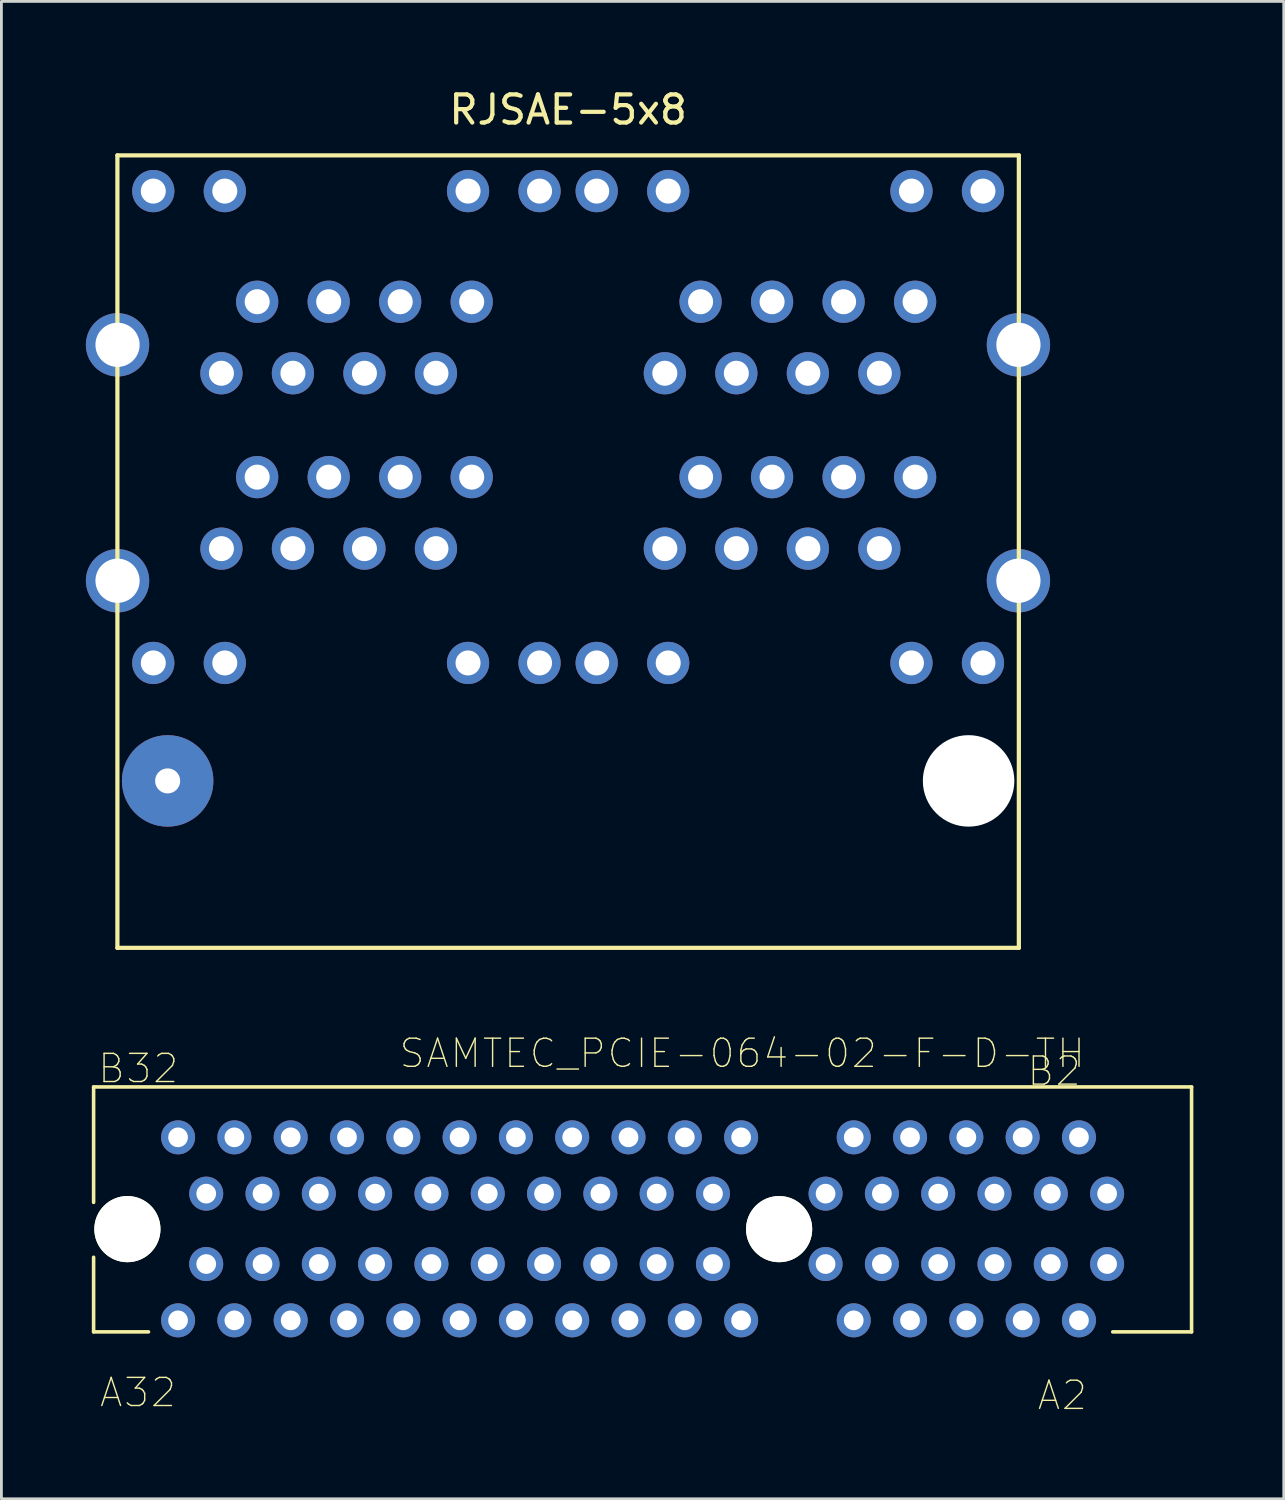
<source format=kicad_pcb>
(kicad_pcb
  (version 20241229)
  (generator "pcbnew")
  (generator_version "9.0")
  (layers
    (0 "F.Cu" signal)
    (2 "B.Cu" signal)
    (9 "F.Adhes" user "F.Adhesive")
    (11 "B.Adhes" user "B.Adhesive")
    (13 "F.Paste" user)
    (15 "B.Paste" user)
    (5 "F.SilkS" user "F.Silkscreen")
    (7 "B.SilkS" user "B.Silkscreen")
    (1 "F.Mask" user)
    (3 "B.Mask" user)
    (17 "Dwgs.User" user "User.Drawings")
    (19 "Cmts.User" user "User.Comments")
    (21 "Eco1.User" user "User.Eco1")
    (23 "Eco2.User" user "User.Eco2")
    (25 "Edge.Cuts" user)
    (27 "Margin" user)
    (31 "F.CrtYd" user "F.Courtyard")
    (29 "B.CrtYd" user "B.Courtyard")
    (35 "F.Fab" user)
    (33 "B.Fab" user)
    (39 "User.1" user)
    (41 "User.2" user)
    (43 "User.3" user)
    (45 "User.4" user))
  (footprint "SAMTEC_PCIE-064-02-F-D-TH"
    (layer "F.Cu")
    (at 19.775 40.609)
    (property "Reference" "SAMTEC_PCIE-064-02-F-D-TH" (at 3.538 -6.243 0) (layer "F.SilkS") (effects (font (size 1.001 1.001) (thickness 0.05))))
    (attr through_hole)
    (fp_line (start -19.5 -5.05) (end -19.5 -0.95) (stroke (width 0.127) (type solid)) (layer "F.SilkS"))
    (fp_line (start -19.5 -5.05) (end 19.5 -5.05) (stroke (width 0.127) (type solid)) (layer "F.SilkS"))
    (fp_line (start -19.5 3.65) (end -19.5 1) (stroke (width 0.127) (type solid)) (layer "F.SilkS"))
    (fp_line (start -17.55 3.65) (end -19.5 3.65) (stroke (width 0.127) (type solid)) (layer "F.SilkS"))
    (fp_line (start 19.5 -5.05) (end 19.5 3.65) (stroke (width 0.127) (type solid)) (layer "F.SilkS"))
    (fp_line (start 19.5 3.65) (end 16.7 3.65) (stroke (width 0.127) (type solid)) (layer "F.SilkS"))
    (fp_line (start -19.75 -5.3) (end 19.75 -5.3) (stroke (width 0.05) (type solid)) (layer "Eco1.User"))
    (fp_line (start -19.75 4.1) (end -19.75 -5.3) (stroke (width 0.05) (type solid)) (layer "Eco1.User"))
    (fp_line (start 19.75 -5.3) (end 19.75 4.1) (stroke (width 0.05) (type solid)) (layer "Eco1.User"))
    (fp_line (start 19.75 4.1) (end -19.75 4.1) (stroke (width 0.05) (type solid)) (layer "Eco1.User"))
    (fp_line (start -19.5 -5.05) (end 19.5 -5.05) (stroke (width 0.127) (type solid)) (layer "Eco2.User"))
    (fp_line (start -19.5 -3.65) (end -19.5 -5.05) (stroke (width 0.127) (type solid)) (layer "Eco2.User"))
    (fp_line (start -19.5 -3.65) (end 19.5 -3.65) (stroke (width 0.127) (type solid)) (layer "Eco2.User"))
    (fp_line (start -19.5 3.65) (end -19.5 -3.65) (stroke (width 0.127) (type solid)) (layer "Eco2.User"))
    (fp_line (start 19.5 -5.05) (end 19.5 -3.65) (stroke (width 0.127) (type solid)) (layer "Eco2.User"))
    (fp_line (start 19.5 -3.65) (end 19.5 3.65) (stroke (width 0.127) (type solid)) (layer "Eco2.User"))
    (fp_line (start 19.5 3.65) (end -19.5 3.65) (stroke (width 0.127) (type solid)) (layer "Eco2.User"))
    (fp_text user "A32" (at -17.924 5.806 0) (layer "F.SilkS") (effects (font (size 1 1) (thickness 0.05))))
    (fp_text user "A2" (at 14.91 5.906 0) (layer "F.SilkS") (effects (font (size 1 1) (thickness 0.05))))
    (fp_text user "B2" (at 14.619 -5.611 0) (layer "F.SilkS") (effects (font (size 1 1) (thickness 0.05))))
    (fp_text user "B32" (at -17.914 -5.704 0) (layer "F.SilkS") (effects (font (size 1 1) (thickness 0.05))))
    (pad "" np_thru_hole circle (at -18.3 0) (size 2.35 2.35) (drill 2.35) (layers "*.Cu" "*.Mask" "F.SilkS"))
    (pad "" np_thru_hole circle (at 4.85 0) (size 2.35 2.35) (drill 2.35) (layers "*.Cu" "*.Mask" "F.SilkS"))
    (pad "A1" thru_hole circle (at 16.5 1.24) (size 1.208 1.208) (drill 0.7) (layers "*.Cu" "*.Mask"))
    (pad "A2" thru_hole circle (at 15.5 3.24) (size 1.208 1.208) (drill 0.7) (layers "*.Cu" "*.Mask"))
    (pad "A3" thru_hole circle (at 14.5 1.24) (size 1.208 1.208) (drill 0.7) (layers "*.Cu" "*.Mask"))
    (pad "A4" thru_hole circle (at 13.5 3.24) (size 1.208 1.208) (drill 0.7) (layers "*.Cu" "*.Mask"))
    (pad "A5" thru_hole circle (at 12.5 1.24) (size 1.208 1.208) (drill 0.7) (layers "*.Cu" "*.Mask"))
    (pad "A6" thru_hole circle (at 11.5 3.24) (size 1.208 1.208) (drill 0.7) (layers "*.Cu" "*.Mask"))
    (pad "A7" thru_hole circle (at 10.5 1.24) (size 1.208 1.208) (drill 0.7) (layers "*.Cu" "*.Mask"))
    (pad "A8" thru_hole circle (at 9.5 3.24) (size 1.208 1.208) (drill 0.7) (layers "*.Cu" "*.Mask"))
    (pad "A9" thru_hole circle (at 8.5 1.24) (size 1.208 1.208) (drill 0.7) (layers "*.Cu" "*.Mask"))
    (pad "A10" thru_hole circle (at 7.5 3.24) (size 1.208 1.208) (drill 0.7) (layers "*.Cu" "*.Mask"))
    (pad "A11" thru_hole circle (at 6.5 1.24) (size 1.208 1.208) (drill 0.7) (layers "*.Cu" "*.Mask"))
    (pad "A12" thru_hole circle (at 3.5 3.24) (size 1.208 1.208) (drill 0.7) (layers "*.Cu" "*.Mask"))
    (pad "A13" thru_hole circle (at 2.5 1.24) (size 1.208 1.208) (drill 0.7) (layers "*.Cu" "*.Mask"))
    (pad "A14" thru_hole circle (at 1.5 3.24) (size 1.208 1.208) (drill 0.7) (layers "*.Cu" "*.Mask"))
    (pad "A15" thru_hole circle (at 0.5 1.24) (size 1.208 1.208) (drill 0.7) (layers "*.Cu" "*.Mask"))
    (pad "A16" thru_hole circle (at -0.5 3.24) (size 1.208 1.208) (drill 0.7) (layers "*.Cu" "*.Mask"))
    (pad "A17" thru_hole circle (at -1.5 1.24) (size 1.208 1.208) (drill 0.7) (layers "*.Cu" "*.Mask"))
    (pad "A18" thru_hole circle (at -2.5 3.24) (size 1.208 1.208) (drill 0.7) (layers "*.Cu" "*.Mask"))
    (pad "A19" thru_hole circle (at -3.5 1.24) (size 1.208 1.208) (drill 0.7) (layers "*.Cu" "*.Mask"))
    (pad "A20" thru_hole circle (at -4.5 3.24) (size 1.208 1.208) (drill 0.7) (layers "*.Cu" "*.Mask"))
    (pad "A21" thru_hole circle (at -5.5 1.24) (size 1.208 1.208) (drill 0.7) (layers "*.Cu" "*.Mask"))
    (pad "A22" thru_hole circle (at -6.5 3.24) (size 1.208 1.208) (drill 0.7) (layers "*.Cu" "*.Mask"))
    (pad "A23" thru_hole circle (at -7.5 1.24) (size 1.208 1.208) (drill 0.7) (layers "*.Cu" "*.Mask"))
    (pad "A24" thru_hole circle (at -8.5 3.24) (size 1.208 1.208) (drill 0.7) (layers "*.Cu" "*.Mask"))
    (pad "A25" thru_hole circle (at -9.5 1.24) (size 1.208 1.208) (drill 0.7) (layers "*.Cu" "*.Mask"))
    (pad "A26" thru_hole circle (at -10.5 3.24) (size 1.208 1.208) (drill 0.7) (layers "*.Cu" "*.Mask"))
    (pad "A27" thru_hole circle (at -11.5 1.24) (size 1.208 1.208) (drill 0.7) (layers "*.Cu" "*.Mask"))
    (pad "A28" thru_hole circle (at -12.5 3.24) (size 1.208 1.208) (drill 0.7) (layers "*.Cu" "*.Mask"))
    (pad "A29" thru_hole circle (at -13.5 1.24) (size 1.208 1.208) (drill 0.7) (layers "*.Cu" "*.Mask"))
    (pad "A30" thru_hole circle (at -14.5 3.24) (size 1.208 1.208) (drill 0.7) (layers "*.Cu" "*.Mask"))
    (pad "A31" thru_hole circle (at -15.5 1.24) (size 1.208 1.208) (drill 0.7) (layers "*.Cu" "*.Mask"))
    (pad "A32" thru_hole circle (at -16.5 3.24) (size 1.208 1.208) (drill 0.7) (layers "*.Cu" "*.Mask"))
    (pad "B1" thru_hole circle (at 16.5 -1.26) (size 1.208 1.208) (drill 0.7) (layers "*.Cu" "*.Mask"))
    (pad "B2" thru_hole circle (at 15.5 -3.26) (size 1.208 1.208) (drill 0.7) (layers "*.Cu" "*.Mask"))
    (pad "B3" thru_hole circle (at 14.5 -1.26) (size 1.208 1.208) (drill 0.7) (layers "*.Cu" "*.Mask"))
    (pad "B4" thru_hole circle (at 13.5 -3.26) (size 1.208 1.208) (drill 0.7) (layers "*.Cu" "*.Mask"))
    (pad "B5" thru_hole circle (at 12.5 -1.26) (size 1.208 1.208) (drill 0.7) (layers "*.Cu" "*.Mask"))
    (pad "B6" thru_hole circle (at 11.5 -3.26) (size 1.208 1.208) (drill 0.7) (layers "*.Cu" "*.Mask"))
    (pad "B7" thru_hole circle (at 10.5 -1.26) (size 1.208 1.208) (drill 0.7) (layers "*.Cu" "*.Mask"))
    (pad "B8" thru_hole circle (at 9.5 -3.26) (size 1.208 1.208) (drill 0.7) (layers "*.Cu" "*.Mask"))
    (pad "B9" thru_hole circle (at 8.5 -1.26) (size 1.208 1.208) (drill 0.7) (layers "*.Cu" "*.Mask"))
    (pad "B10" thru_hole circle (at 7.5 -3.26) (size 1.208 1.208) (drill 0.7) (layers "*.Cu" "*.Mask"))
    (pad "B11" thru_hole circle (at 6.5 -1.26) (size 1.208 1.208) (drill 0.7) (layers "*.Cu" "*.Mask"))
    (pad "B12" thru_hole circle (at 3.5 -3.26) (size 1.208 1.208) (drill 0.7) (layers "*.Cu" "*.Mask"))
    (pad "B13" thru_hole circle (at 2.5 -1.26) (size 1.208 1.208) (drill 0.7) (layers "*.Cu" "*.Mask"))
    (pad "B14" thru_hole circle (at 1.5 -3.26) (size 1.208 1.208) (drill 0.7) (layers "*.Cu" "*.Mask"))
    (pad "B15" thru_hole circle (at 0.5 -1.26) (size 1.208 1.208) (drill 0.7) (layers "*.Cu" "*.Mask"))
    (pad "B16" thru_hole circle (at -0.5 -3.26) (size 1.208 1.208) (drill 0.7) (layers "*.Cu" "*.Mask"))
    (pad "B17" thru_hole circle (at -1.5 -1.26) (size 1.208 1.208) (drill 0.7) (layers "*.Cu" "*.Mask"))
    (pad "B18" thru_hole circle (at -2.5 -3.26) (size 1.208 1.208) (drill 0.7) (layers "*.Cu" "*.Mask"))
    (pad "B19" thru_hole circle (at -3.5 -1.26) (size 1.208 1.208) (drill 0.7) (layers "*.Cu" "*.Mask"))
    (pad "B20" thru_hole circle (at -4.5 -3.26) (size 1.208 1.208) (drill 0.7) (layers "*.Cu" "*.Mask"))
    (pad "B21" thru_hole circle (at -5.5 -1.26) (size 1.208 1.208) (drill 0.7) (layers "*.Cu" "*.Mask"))
    (pad "B22" thru_hole circle (at -6.5 -3.26) (size 1.208 1.208) (drill 0.7) (layers "*.Cu" "*.Mask"))
    (pad "B23" thru_hole circle (at -7.5 -1.26) (size 1.208 1.208) (drill 0.7) (layers "*.Cu" "*.Mask"))
    (pad "B24" thru_hole circle (at -8.5 -3.26) (size 1.208 1.208) (drill 0.7) (layers "*.Cu" "*.Mask"))
    (pad "B25" thru_hole circle (at -9.5 -1.26) (size 1.208 1.208) (drill 0.7) (layers "*.Cu" "*.Mask"))
    (pad "B26" thru_hole circle (at -10.5 -3.26) (size 1.208 1.208) (drill 0.7) (layers "*.Cu" "*.Mask"))
    (pad "B27" thru_hole circle (at -11.5 -1.26) (size 1.208 1.208) (drill 0.7) (layers "*.Cu" "*.Mask"))
    (pad "B28" thru_hole circle (at -12.5 -3.26) (size 1.208 1.208) (drill 0.7) (layers "*.Cu" "*.Mask"))
    (pad "B29" thru_hole circle (at -13.5 -1.26) (size 1.208 1.208) (drill 0.7) (layers "*.Cu" "*.Mask"))
    (pad "B30" thru_hole circle (at -14.5 -3.26) (size 1.208 1.208) (drill 0.7) (layers "*.Cu" "*.Mask"))
    (pad "B31" thru_hole circle (at -15.5 -1.26) (size 1.208 1.208) (drill 0.7) (layers "*.Cu" "*.Mask"))
    (pad "B32" thru_hole circle (at -16.5 -3.26) (size 1.208 1.208) (drill 0.7) (layers "*.Cu" "*.Mask")))
  (footprint "RJSAE-5x8"
    (layer "F.Cu")
    (at 17.13 24.688)
    (property "Reference" "RJSAE-5x8" (at 0 -23.84 0) (layer "F.SilkS") (effects (font (size 1 1) (thickness 0.15))))
    (attr through_hole)
    (fp_line (start -16.01 -22.22) (end 16.01 -22.22) (stroke (width 0.15) (type solid)) (layer "F.SilkS"))
    (fp_line (start -16.01 5.93) (end -16.01 -22.22) (stroke (width 0.15) (type solid)) (layer "F.SilkS"))
    (fp_line (start 16.01 -22.22) (end 16.01 5.93) (stroke (width 0.15) (type solid)) (layer "F.SilkS"))
    (fp_line (start 16.01 5.93) (end -16.01 5.93) (stroke (width 0.15) (type solid)) (layer "F.SilkS"))
    (pad "" np_thru_hole circle (at -14.225 0 90) (size 3.25 3.25) (drill 0.89) (layers "*.Cu" "*.Mask"))
    (pad "" np_thru_hole circle (at 14.225 0 90) (size 3.25 3.25) (drill 3.25) (layers "*.Cu" "*.Mask"))
    (pad "A1" thru_hole circle (at 12.325 -17.02 90) (size 1.5 1.5) (drill 0.89) (layers "*.Cu" "*.Mask"))
    (pad "A2" thru_hole circle (at 11.055 -14.48 90) (size 1.5 1.5) (drill 0.89) (layers "*.Cu" "*.Mask"))
    (pad "A3" thru_hole circle (at 9.785 -17.02 90) (size 1.5 1.5) (drill 0.89) (layers "*.Cu" "*.Mask"))
    (pad "A4" thru_hole circle (at 8.515 -14.48 90) (size 1.5 1.5) (drill 0.89) (layers "*.Cu" "*.Mask"))
    (pad "A5" thru_hole circle (at 7.245 -17.02 90) (size 1.5 1.5) (drill 0.89) (layers "*.Cu" "*.Mask"))
    (pad "A6" thru_hole circle (at 5.975 -14.48 90) (size 1.5 1.5) (drill 0.89) (layers "*.Cu" "*.Mask"))
    (pad "A7" thru_hole circle (at 4.705 -17.02 90) (size 1.5 1.5) (drill 0.89) (layers "*.Cu" "*.Mask"))
    (pad "A8" thru_hole circle (at 3.435 -14.48 90) (size 1.5 1.5) (drill 0.89) (layers "*.Cu" "*.Mask"))
    (pad "A9" thru_hole circle (at 14.735 -20.95 90) (size 1.5 1.5) (drill 0.89) (layers "*.Cu" "*.Mask"))
    (pad "A10" thru_hole circle (at 12.195 -20.95 90) (size 1.5 1.5) (drill 0.89) (layers "*.Cu" "*.Mask"))
    (pad "A11" thru_hole circle (at 3.555 -20.95 90) (size 1.5 1.5) (drill 0.89) (layers "*.Cu" "*.Mask"))
    (pad "A12" thru_hole circle (at 1.015 -20.95 90) (size 1.5 1.5) (drill 0.89) (layers "*.Cu" "*.Mask"))
    (pad "B1" thru_hole circle (at -3.425 -17.02 90) (size 1.5 1.5) (drill 0.89) (layers "*.Cu" "*.Mask"))
    (pad "B2" thru_hole circle (at -4.695 -14.48 90) (size 1.5 1.5) (drill 0.89) (layers "*.Cu" "*.Mask"))
    (pad "B3" thru_hole circle (at -5.965 -17.02 90) (size 1.5 1.5) (drill 0.89) (layers "*.Cu" "*.Mask"))
    (pad "B4" thru_hole circle (at -7.235 -14.48 90) (size 1.5 1.5) (drill 0.89) (layers "*.Cu" "*.Mask"))
    (pad "B5" thru_hole circle (at -8.505 -17.02 90) (size 1.5 1.5) (drill 0.89) (layers "*.Cu" "*.Mask"))
    (pad "B6" thru_hole circle (at -9.775 -14.48 90) (size 1.5 1.5) (drill 0.89) (layers "*.Cu" "*.Mask"))
    (pad "B7" thru_hole circle (at -11.045 -17.02 90) (size 1.5 1.5) (drill 0.89) (layers "*.Cu" "*.Mask"))
    (pad "B8" thru_hole circle (at -12.315 -14.48 90) (size 1.5 1.5) (drill 0.89) (layers "*.Cu" "*.Mask"))
    (pad "B9" thru_hole circle (at -1.015 -20.95 90) (size 1.5 1.5) (drill 0.89) (layers "*.Cu" "*.Mask"))
    (pad "B10" thru_hole circle (at -3.555 -20.95 90) (size 1.5 1.5) (drill 0.89) (layers "*.Cu" "*.Mask"))
    (pad "B11" thru_hole circle (at -12.195 -20.95 90) (size 1.5 1.5) (drill 0.89) (layers "*.Cu" "*.Mask"))
    (pad "B12" thru_hole circle (at -14.735 -20.95 90) (size 1.5 1.5) (drill 0.89) (layers "*.Cu" "*.Mask"))
    (pad "C1" thru_hole circle (at 12.325 -10.79 90) (size 1.5 1.5) (drill 0.89) (layers "*.Cu" "*.Mask"))
    (pad "C2" thru_hole circle (at 11.055 -8.25 90) (size 1.5 1.5) (drill 0.89) (layers "*.Cu" "*.Mask"))
    (pad "C3" thru_hole circle (at 9.785 -10.79 90) (size 1.5 1.5) (drill 0.89) (layers "*.Cu" "*.Mask"))
    (pad "C4" thru_hole circle (at 8.515 -8.25 90) (size 1.5 1.5) (drill 0.89) (layers "*.Cu" "*.Mask"))
    (pad "C5" thru_hole circle (at 7.245 -10.79 90) (size 1.5 1.5) (drill 0.89) (layers "*.Cu" "*.Mask"))
    (pad "C6" thru_hole circle (at 5.975 -8.25 90) (size 1.5 1.5) (drill 0.89) (layers "*.Cu" "*.Mask"))
    (pad "C7" thru_hole circle (at 4.705 -10.79 90) (size 1.5 1.5) (drill 0.89) (layers "*.Cu" "*.Mask"))
    (pad "C8" thru_hole circle (at 3.435 -8.25 90) (size 1.5 1.5) (drill 0.89) (layers "*.Cu" "*.Mask"))
    (pad "C9" thru_hole circle (at 14.735 -4.19 90) (size 1.5 1.5) (drill 0.89) (layers "*.Cu" "*.Mask"))
    (pad "C10" thru_hole circle (at 12.195 -4.19 90) (size 1.5 1.5) (drill 0.89) (layers "*.Cu" "*.Mask"))
    (pad "C11" thru_hole circle (at 3.555 -4.19 90) (size 1.5 1.5) (drill 0.89) (layers "*.Cu" "*.Mask"))
    (pad "C12" thru_hole circle (at 1.015 -4.19 90) (size 1.5 1.5) (drill 0.89) (layers "*.Cu" "*.Mask"))
    (pad "D1" thru_hole circle (at -3.425 -10.79 90) (size 1.5 1.5) (drill 0.89) (layers "*.Cu" "*.Mask"))
    (pad "D2" thru_hole circle (at -4.695 -8.25 90) (size 1.5 1.5) (drill 0.89) (layers "*.Cu" "*.Mask"))
    (pad "D3" thru_hole circle (at -5.965 -10.79 90) (size 1.5 1.5) (drill 0.89) (layers "*.Cu" "*.Mask"))
    (pad "D4" thru_hole circle (at -7.235 -8.25 90) (size 1.5 1.5) (drill 0.89) (layers "*.Cu" "*.Mask"))
    (pad "D5" thru_hole circle (at -8.505 -10.79 90) (size 1.5 1.5) (drill 0.89) (layers "*.Cu" "*.Mask"))
    (pad "D6" thru_hole circle (at -9.775 -8.25 90) (size 1.5 1.5) (drill 0.89) (layers "*.Cu" "*.Mask"))
    (pad "D7" thru_hole circle (at -11.045 -10.79 90) (size 1.5 1.5) (drill 0.89) (layers "*.Cu" "*.Mask"))
    (pad "D8" thru_hole circle (at -12.315 -8.25 90) (size 1.5 1.5) (drill 0.89) (layers "*.Cu" "*.Mask"))
    (pad "D9" thru_hole circle (at -1.015 -4.19 90) (size 1.5 1.5) (drill 0.89) (layers "*.Cu" "*.Mask"))
    (pad "D10" thru_hole circle (at -3.555 -4.19 90) (size 1.5 1.5) (drill 0.89) (layers "*.Cu" "*.Mask"))
    (pad "D11" thru_hole circle (at -12.195 -4.19 90) (size 1.5 1.5) (drill 0.89) (layers "*.Cu" "*.Mask"))
    (pad "D12" thru_hole circle (at -14.735 -4.19 90) (size 1.5 1.5) (drill 0.89) (layers "*.Cu" "*.Mask"))
    (pad "SHLD" thru_hole circle (at -16.005 -15.49 90) (size 2.25 2.25) (drill 1.57) (layers "*.Cu" "*.Mask"))
    (pad "SHLD" thru_hole circle (at -16.005 -7.11 90) (size 2.25 2.25) (drill 1.57) (layers "*.Cu" "*.Mask"))
    (pad "SHLD" thru_hole circle (at 15.995 -15.49 90) (size 2.25 2.25) (drill 1.57) (layers "*.Cu" "*.Mask"))
    (pad "SHLD" thru_hole circle (at 15.995 -7.11 90) (size 2.25 2.25) (drill 1.57) (layers "*.Cu" "*.Mask")))
  (gr_rect
    (start -3 -3)
    (end 42.55 50.188)
    (stroke (width 0.1) (type default))
    (fill no)
    (layer "Edge.Cuts")))
</source>
